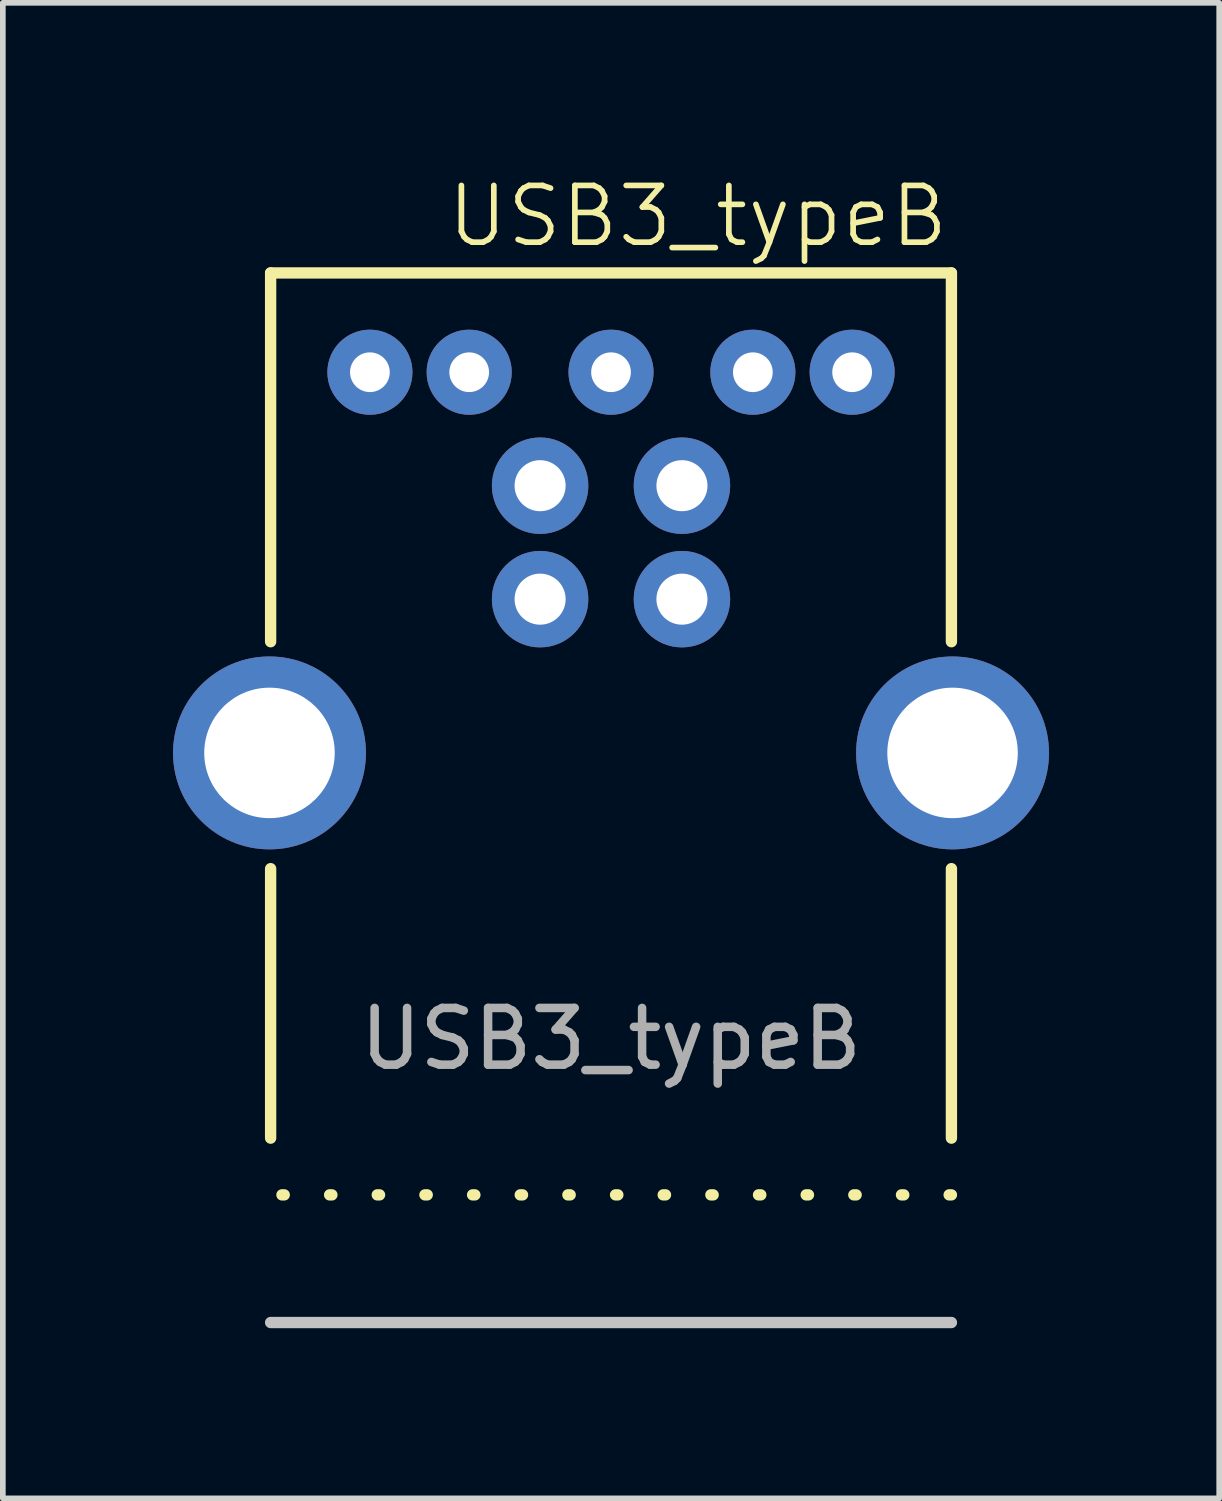
<source format=kicad_pcb>
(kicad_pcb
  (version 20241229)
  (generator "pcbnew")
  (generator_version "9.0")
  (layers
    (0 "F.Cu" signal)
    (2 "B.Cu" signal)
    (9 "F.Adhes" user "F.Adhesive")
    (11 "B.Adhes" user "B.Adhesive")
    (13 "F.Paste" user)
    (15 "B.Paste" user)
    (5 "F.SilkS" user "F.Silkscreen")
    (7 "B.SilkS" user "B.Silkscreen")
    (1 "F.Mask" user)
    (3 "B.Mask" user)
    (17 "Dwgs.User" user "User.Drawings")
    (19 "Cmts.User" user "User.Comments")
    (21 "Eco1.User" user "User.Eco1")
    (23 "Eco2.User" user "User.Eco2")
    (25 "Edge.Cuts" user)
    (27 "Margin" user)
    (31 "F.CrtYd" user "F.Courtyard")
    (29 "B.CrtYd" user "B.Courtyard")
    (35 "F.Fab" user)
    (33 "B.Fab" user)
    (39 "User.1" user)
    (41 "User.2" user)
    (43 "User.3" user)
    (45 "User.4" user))
  (footprint "USB3_typeB"
    (layer "F.Cu")
    (at 7.72 6.511)
    (property "Reference" "USB3_typeB" (at 6 -5.75 0) (unlocked yes) (layer "F.SilkS") (effects (font (size 1 1) (thickness 0.1)) (justify right)))
    (attr through_hole)
    (fp_line (start -6 1.75) (end -6 -4.75) (stroke (width 0.2) (type default)) (layer "F.SilkS"))
    (fp_line (start -6 5.75) (end -6 10.5) (stroke (width 0.2) (type default)) (layer "F.SilkS"))
    (fp_line (start 6 -4.75) (end -6 -4.75) (stroke (width 0.2) (type default)) (layer "F.SilkS"))
    (fp_line (start 6 1.75) (end 6 -4.75) (stroke (width 0.2) (type default)) (layer "F.SilkS"))
    (fp_line (start 6 5.75) (end 6 10.5) (stroke (width 0.2) (type default)) (layer "F.SilkS"))
    (fp_line (start 6 11.5) (end -6 11.5) (stroke (width 0.2) (type dot)) (layer "F.SilkS"))
    (fp_line (start 6 13.75) (end -6 13.75) (stroke (width 0.2) (type default)) (layer "Dwgs.User"))
    (fp_text user "${REFERENCE}" (at 0 8.75 0) (unlocked yes) (layer "F.Fab") (effects (font (size 1 1) (thickness 0.15))))
    (pad "1" thru_hole circle (at 1.25 -1) (size 1.7 1.7) (drill 0.9) (layers "*.Cu" "*.Mask"))
    (pad "2" thru_hole circle (at -1.25 -1) (size 1.7 1.7) (drill 0.9) (layers "*.Cu" "*.Mask"))
    (pad "3" thru_hole circle (at -1.25 1) (size 1.7 1.7) (drill 0.9) (layers "*.Cu" "*.Mask"))
    (pad "4" thru_hole circle (at 1.25 1) (size 1.7 1.7) (drill 0.9) (layers "*.Cu" "*.Mask"))
    (pad "5" thru_hole circle (at -4.25 -3) (size 1.5 1.5) (drill 0.7) (layers "*.Cu" "*.Mask"))
    (pad "6" thru_hole circle (at -2.5 -3) (size 1.5 1.5) (drill 0.7) (layers "*.Cu" "*.Mask"))
    (pad "7" thru_hole circle (at 0 -3) (size 1.5 1.5) (drill 0.7) (layers "*.Cu" "*.Mask"))
    (pad "8" thru_hole circle (at 2.5 -3) (size 1.5 1.5) (drill 0.7) (layers "*.Cu" "*.Mask"))
    (pad "9" thru_hole circle (at 4.25 -3) (size 1.5 1.5) (drill 0.7) (layers "*.Cu" "*.Mask"))
    (pad "10" thru_hole circle (at -6.02 3.71) (size 3.4 3.4) (drill 2.3) (layers "*.Cu" "*.Mask"))
    (pad "10" thru_hole circle (at 6.02 3.71) (size 3.4 3.4) (drill 2.3) (layers "*.Cu" "*.Mask")))
  (gr_rect
    (start -3 -3)
    (end 18.44 23.36)
    (stroke (width 0.1) (type default))
    (fill no)
    (layer "Edge.Cuts")))
</source>
